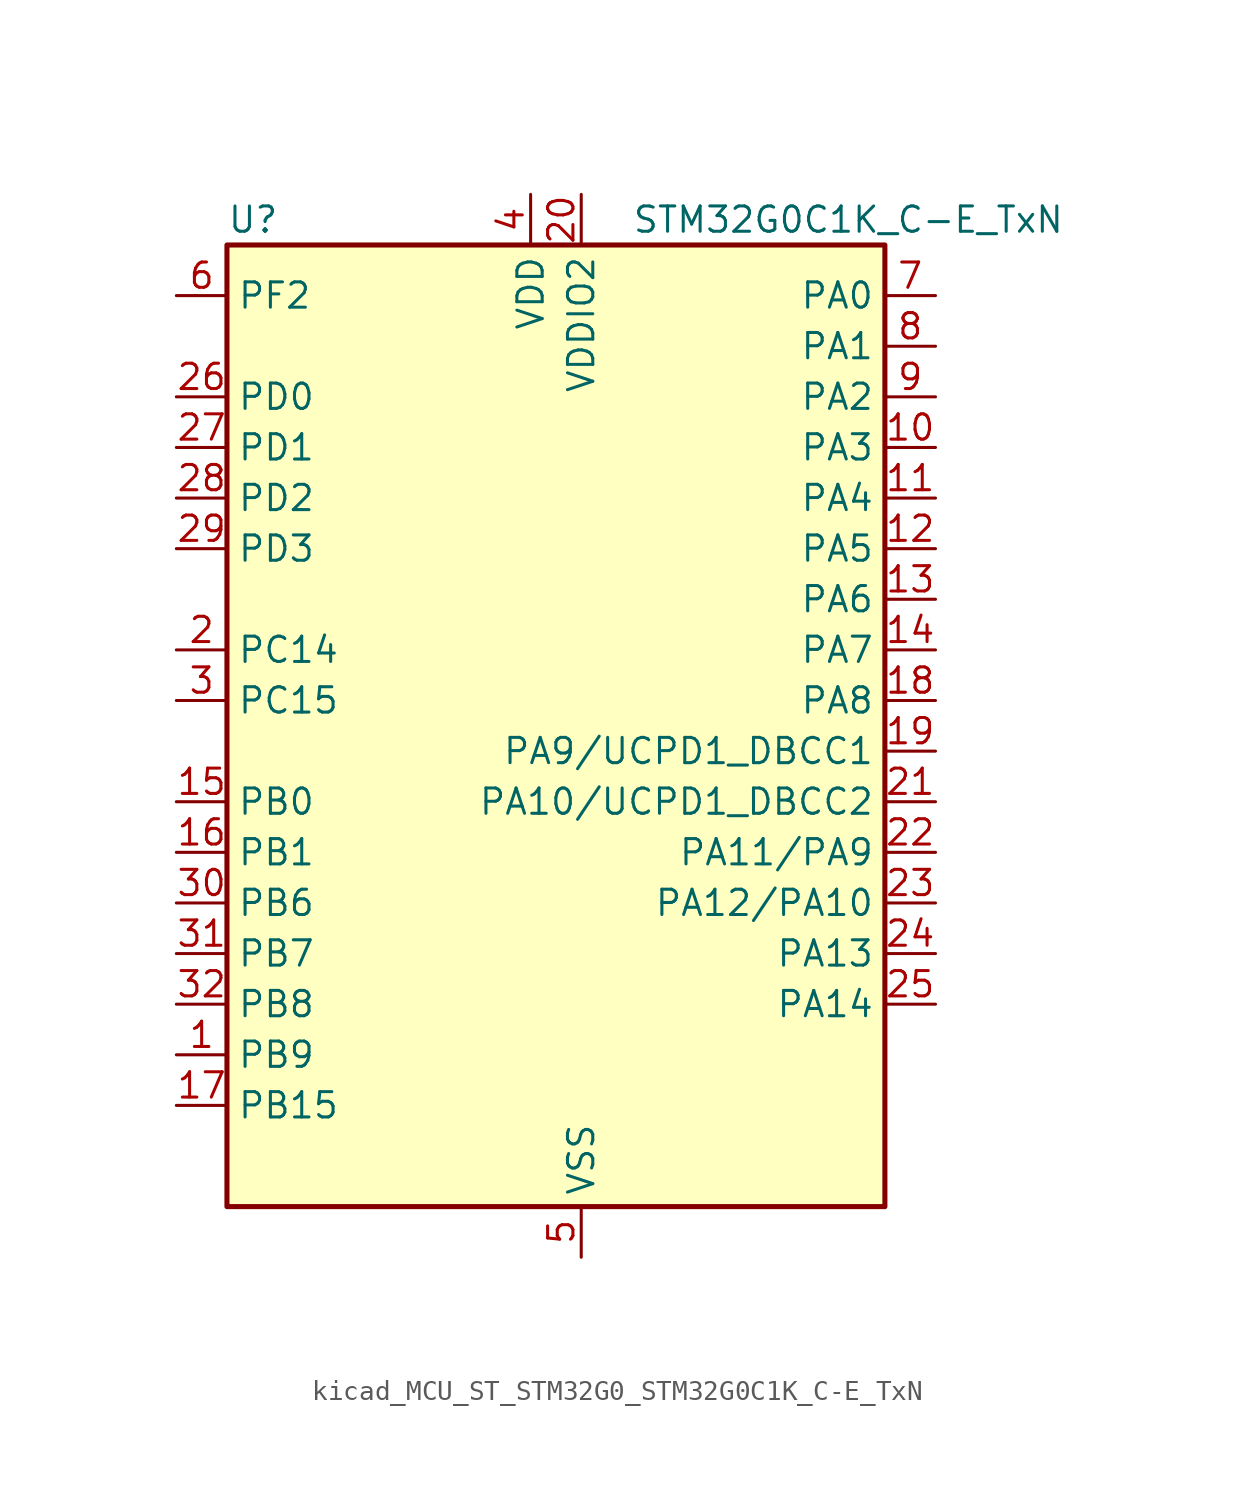
<source format=kicad_sym>
(kicad_symbol_lib
  (version 20220914)
  (generator kicad_symbol_editor)
  (symbol "kicad_MCU_ST_STM32G0_STM32G0C1K_C-E_TxN"
    (property "Reference" "U"
      (at -15.24 26.67 0)
      (effects (font (size 1.27 1.27)) (justify left)))
    (property "Value" "STM32G0C1K_C-E_TxN"
      (at 5.08 26.67 0)
      (effects (font (size 1.27 1.27)) (justify left)))
    (property "ki_locked" ""
      (at 0 0 0)
      (effects (font (size 1.27 1.27))))
    (symbol "kicad_MCU_ST_STM32G0_STM32G0C1K_C-E_TxN_0_1"
      (rectangle (start -15.24 -22.86) (end 17.78 25.4) (stroke (width 0.254) (type default)) (fill (type background))))
    (symbol "kicad_MCU_ST_STM32G0_STM32G0C1K_C-E_TxN_1_1"
      (pin bidirectional line (at -17.78 -15.24 0) (length 2.54) (name "PB9" (effects (font (size 1.27 1.27)))) (number "1" (effects (font (size 1.27 1.27)))) (alternate "DAC1_EXTI9" bidirectional line) (alternate "FDCAN1_TX" bidirectional line) (alternate "I2C1_SDA" bidirectional line) (alternate "I2S2_WS" bidirectional line) (alternate "IR_OUT" bidirectional line) (alternate "SPI2_NSS" bidirectional line) (alternate "TIM17_CH1" bidirectional line) (alternate "TIM4_CH4" bidirectional line) (alternate "UCPD2_FRSTX1" bidirectional line) (alternate "UCPD2_FRSTX2" bidirectional line) (alternate "USART3_RX" bidirectional line) (alternate "USART6_RX" bidirectional line))
      (pin bidirectional line (at 20.32 15.24 180) (length 2.54) (name "PA3" (effects (font (size 1.27 1.27)))) (number "10" (effects (font (size 1.27 1.27)))) (alternate "ADC1_IN3" bidirectional line) (alternate "COMP2_INP" bidirectional line) (alternate "I2S2_MCK" bidirectional line) (alternate "LPUART1_RX" bidirectional line) (alternate "SPI2_MISO" bidirectional line) (alternate "TIM15_CH2" bidirectional line) (alternate "TIM2_CH4" bidirectional line) (alternate "UCPD2_FRSTX1" bidirectional line) (alternate "UCPD2_FRSTX2" bidirectional line) (alternate "USART2_RX" bidirectional line))
      (pin bidirectional line (at 20.32 12.7 180) (length 2.54) (name "PA4" (effects (font (size 1.27 1.27)))) (number "11" (effects (font (size 1.27 1.27)))) (alternate "ADC1_IN4" bidirectional line) (alternate "DAC1_OUT1" bidirectional line) (alternate "I2S1_WS" bidirectional line) (alternate "I2S2_SD" bidirectional line) (alternate "LPTIM2_OUT" bidirectional line) (alternate "RTC_OUT1" bidirectional line) (alternate "RTC_TAMP_IN1" bidirectional line) (alternate "RTC_TS" bidirectional line) (alternate "SPI1_NSS" bidirectional line) (alternate "SPI2_MOSI" bidirectional line) (alternate "SYS_WKUP2" bidirectional line) (alternate "TIM14_CH1" bidirectional line) (alternate "UCPD2_FRSTX1" bidirectional line) (alternate "UCPD2_FRSTX2" bidirectional line) (alternate "USART6_TX" bidirectional line) (alternate "USB_NOE" bidirectional line))
      (pin bidirectional line (at 20.32 10.16 180) (length 2.54) (name "PA5" (effects (font (size 1.27 1.27)))) (number "12" (effects (font (size 1.27 1.27)))) (alternate "ADC1_IN5" bidirectional line) (alternate "CEC" bidirectional line) (alternate "DAC1_OUT2" bidirectional line) (alternate "I2S1_CK" bidirectional line) (alternate "LPTIM2_ETR" bidirectional line) (alternate "SPI1_SCK" bidirectional line) (alternate "TIM2_CH1" bidirectional line) (alternate "TIM2_ETR" bidirectional line) (alternate "UCPD1_FRSTX1" bidirectional line) (alternate "UCPD1_FRSTX2" bidirectional line) (alternate "USART3_TX" bidirectional line) (alternate "USART6_RX" bidirectional line))
      (pin bidirectional line (at 20.32 7.62 180) (length 2.54) (name "PA6" (effects (font (size 1.27 1.27)))) (number "13" (effects (font (size 1.27 1.27)))) (alternate "ADC1_IN6" bidirectional line) (alternate "COMP1_OUT" bidirectional line) (alternate "I2C2_SDA" bidirectional line) (alternate "I2C3_SDA" bidirectional line) (alternate "I2S1_MCK" bidirectional line) (alternate "LPUART1_CTS" bidirectional line) (alternate "SPI1_MISO" bidirectional line) (alternate "TIM16_CH1" bidirectional line) (alternate "TIM1_BK" bidirectional line) (alternate "TIM3_CH1" bidirectional line) (alternate "USART3_CTS" bidirectional line) (alternate "USART3_NSS" bidirectional line) (alternate "USART6_CTS" bidirectional line) (alternate "USART6_NSS" bidirectional line))
      (pin bidirectional line (at 20.32 5.08 180) (length 2.54) (name "PA7" (effects (font (size 1.27 1.27)))) (number "14" (effects (font (size 1.27 1.27)))) (alternate "ADC1_IN7" bidirectional line) (alternate "COMP2_OUT" bidirectional line) (alternate "I2C2_SCL" bidirectional line) (alternate "I2C3_SCL" bidirectional line) (alternate "I2S1_SD" bidirectional line) (alternate "SPI1_MOSI" bidirectional line) (alternate "TIM14_CH1" bidirectional line) (alternate "TIM17_CH1" bidirectional line) (alternate "TIM1_CH1N" bidirectional line) (alternate "TIM3_CH2" bidirectional line) (alternate "UCPD1_FRSTX1" bidirectional line) (alternate "UCPD1_FRSTX2" bidirectional line) (alternate "USART6_CK" bidirectional line) (alternate "USART6_DE" bidirectional line) (alternate "USART6_RTS" bidirectional line))
      (pin bidirectional line (at -17.78 -2.54 0) (length 2.54) (name "PB0" (effects (font (size 1.27 1.27)))) (number "15" (effects (font (size 1.27 1.27)))) (alternate "ADC1_IN8" bidirectional line) (alternate "COMP1_OUT" bidirectional line) (alternate "COMP3_INP" bidirectional line) (alternate "FDCAN2_RX" bidirectional line) (alternate "I2S1_WS" bidirectional line) (alternate "LPTIM1_OUT" bidirectional line) (alternate "LPUART2_CTS" bidirectional line) (alternate "SPI1_NSS" bidirectional line) (alternate "TIM1_CH2N" bidirectional line) (alternate "TIM3_CH3" bidirectional line) (alternate "UCPD1_FRSTX1" bidirectional line) (alternate "UCPD1_FRSTX2" bidirectional line) (alternate "USART3_RX" bidirectional line) (alternate "USART5_TX" bidirectional line))
      (pin bidirectional line (at -17.78 -5.08 0) (length 2.54) (name "PB1" (effects (font (size 1.27 1.27)))) (number "16" (effects (font (size 1.27 1.27)))) (alternate "ADC1_IN9" bidirectional line) (alternate "COMP1_INM" bidirectional line) (alternate "COMP3_OUT" bidirectional line) (alternate "FDCAN2_TX" bidirectional line) (alternate "LPTIM2_IN1" bidirectional line) (alternate "LPUART1_DE" bidirectional line) (alternate "LPUART1_RTS" bidirectional line) (alternate "LPUART2_DE" bidirectional line) (alternate "LPUART2_RTS" bidirectional line) (alternate "TIM14_CH1" bidirectional line) (alternate "TIM1_CH3N" bidirectional line) (alternate "TIM3_CH4" bidirectional line) (alternate "USART3_CK" bidirectional line) (alternate "USART3_DE" bidirectional line) (alternate "USART3_RTS" bidirectional line) (alternate "USART5_RX" bidirectional line))
      (pin bidirectional line (at -17.78 -17.78 0) (length 2.54) (name "PB15" (effects (font (size 1.27 1.27)))) (number "17" (effects (font (size 1.27 1.27)))) (alternate "I2S2_SD" bidirectional line) (alternate "RTC_REFIN" bidirectional line) (alternate "SPI2_MOSI" bidirectional line) (alternate "TIM15_CH1N" bidirectional line) (alternate "TIM15_CH2" bidirectional line) (alternate "TIM1_CH3N" bidirectional line) (alternate "UCPD1_CC2" bidirectional line) (alternate "USART6_CTS" bidirectional line) (alternate "USART6_NSS" bidirectional line))
      (pin bidirectional line (at 20.32 2.54 180) (length 2.54) (name "PA8" (effects (font (size 1.27 1.27)))) (number "18" (effects (font (size 1.27 1.27)))) (alternate "CRS1_SYNC" bidirectional line) (alternate "I2C2_SMBA" bidirectional line) (alternate "I2S2_WS" bidirectional line) (alternate "LPTIM2_OUT" bidirectional line) (alternate "RCC_MCO" bidirectional line) (alternate "SPI2_NSS" bidirectional line) (alternate "TIM1_CH1" bidirectional line) (alternate "UCPD1_CC1" bidirectional line))
      (pin bidirectional line (at 20.32 0 180) (length 2.54) (name "PA9/UCPD1_DBCC1" (effects (font (size 1.27 1.27)))) (number "19" (effects (font (size 1.27 1.27)))) (alternate "DAC1_EXTI9" bidirectional line) (alternate "I2C1_SCL" bidirectional line) (alternate "I2C2_SCL" bidirectional line) (alternate "I2S2_MCK" bidirectional line) (alternate "RCC_MCO" bidirectional line) (alternate "SPI2_MISO" bidirectional line) (alternate "TIM15_BK" bidirectional line) (alternate "TIM1_CH2" bidirectional line) (alternate "UCPD1_DBCC1" bidirectional line) (alternate "USART1_TX" bidirectional line))
      (pin bidirectional line (at -17.78 5.08 0) (length 2.54) (name "PC14" (effects (font (size 1.27 1.27)))) (number "2" (effects (font (size 1.27 1.27)))) (alternate "RCC_OSC32_IN" bidirectional line) (alternate "RCC_OSC_IN" bidirectional line) (alternate "TIM1_BK2" bidirectional line))
      (pin power_in line (at 2.54 27.94 270) (length 2.54) (name "VDDIO2" (effects (font (size 1.27 1.27)))) (number "20" (effects (font (size 1.27 1.27)))))
      (pin bidirectional line (at 20.32 -2.54 180) (length 2.54) (name "PA10/UCPD1_DBCC2" (effects (font (size 1.27 1.27)))) (number "21" (effects (font (size 1.27 1.27)))) (alternate "I2C1_SDA" bidirectional line) (alternate "I2C2_SDA" bidirectional line) (alternate "I2S2_SD" bidirectional line) (alternate "RCC_MCO_2" bidirectional line) (alternate "SPI2_MOSI" bidirectional line) (alternate "TIM17_BK" bidirectional line) (alternate "TIM1_CH3" bidirectional line) (alternate "UCPD1_DBCC2" bidirectional line) (alternate "USART1_RX" bidirectional line))
      (pin bidirectional line (at 20.32 -5.08 180) (length 2.54) (name "PA11/PA9" (effects (font (size 1.27 1.27)))) (number "22" (effects (font (size 1.27 1.27)))) (alternate "ADC1_EXTI11" bidirectional line) (alternate "COMP1_OUT" bidirectional line) (alternate "FDCAN1_RX" bidirectional line) (alternate "I2C2_SCL" bidirectional line) (alternate "I2S1_MCK" bidirectional line) (alternate "SPI1_MISO" bidirectional line) (alternate "TIM1_BK2" bidirectional line) (alternate "TIM1_CH4" bidirectional line) (alternate "USART1_CTS" bidirectional line) (alternate "USART1_NSS" bidirectional line) (alternate "USB_DM" bidirectional line))
      (pin bidirectional line (at 20.32 -7.62 180) (length 2.54) (name "PA12/PA10" (effects (font (size 1.27 1.27)))) (number "23" (effects (font (size 1.27 1.27)))) (alternate "COMP2_OUT" bidirectional line) (alternate "FDCAN1_TX" bidirectional line) (alternate "I2C2_SDA" bidirectional line) (alternate "I2S1_SD" bidirectional line) (alternate "I2S_CKIN" bidirectional line) (alternate "SPI1_MOSI" bidirectional line) (alternate "TIM1_ETR" bidirectional line) (alternate "USART1_CK" bidirectional line) (alternate "USART1_DE" bidirectional line) (alternate "USART1_RTS" bidirectional line) (alternate "USB_DP" bidirectional line))
      (pin bidirectional line (at 20.32 -10.16 180) (length 2.54) (name "PA13" (effects (font (size 1.27 1.27)))) (number "24" (effects (font (size 1.27 1.27)))) (alternate "IR_OUT" bidirectional line) (alternate "LPUART2_RX" bidirectional line) (alternate "SYS_SWDIO" bidirectional line) (alternate "USB_NOE" bidirectional line))
      (pin bidirectional line (at 20.32 -12.7 180) (length 2.54) (name "PA14" (effects (font (size 1.27 1.27)))) (number "25" (effects (font (size 1.27 1.27)))) (alternate "LPUART2_TX" bidirectional line) (alternate "SYS_SWCLK" bidirectional line) (alternate "USART2_TX" bidirectional line))
      (pin bidirectional line (at -17.78 17.78 0) (length 2.54) (name "PD0" (effects (font (size 1.27 1.27)))) (number "26" (effects (font (size 1.27 1.27)))) (alternate "FDCAN1_RX" bidirectional line) (alternate "I2S2_WS" bidirectional line) (alternate "SPI2_NSS" bidirectional line) (alternate "TIM16_CH1" bidirectional line) (alternate "UCPD2_CC1" bidirectional line))
      (pin bidirectional line (at -17.78 15.24 0) (length 2.54) (name "PD1" (effects (font (size 1.27 1.27)))) (number "27" (effects (font (size 1.27 1.27)))) (alternate "FDCAN1_TX" bidirectional line) (alternate "I2S2_CK" bidirectional line) (alternate "SPI2_SCK" bidirectional line) (alternate "TIM17_CH1" bidirectional line) (alternate "UCPD2_DBCC1" bidirectional line))
      (pin bidirectional line (at -17.78 12.7 0) (length 2.54) (name "PD2" (effects (font (size 1.27 1.27)))) (number "28" (effects (font (size 1.27 1.27)))) (alternate "TIM1_CH1N" bidirectional line) (alternate "TIM3_ETR" bidirectional line) (alternate "UCPD2_CC2" bidirectional line) (alternate "USART3_CK" bidirectional line) (alternate "USART3_DE" bidirectional line) (alternate "USART3_RTS" bidirectional line) (alternate "USART5_RX" bidirectional line))
      (pin bidirectional line (at -17.78 10.16 0) (length 2.54) (name "PD3" (effects (font (size 1.27 1.27)))) (number "29" (effects (font (size 1.27 1.27)))) (alternate "I2S2_MCK" bidirectional line) (alternate "SPI2_MISO" bidirectional line) (alternate "TIM1_CH2N" bidirectional line) (alternate "UCPD2_DBCC2" bidirectional line) (alternate "USART2_CTS" bidirectional line) (alternate "USART2_NSS" bidirectional line) (alternate "USART5_TX" bidirectional line))
      (pin bidirectional line (at -17.78 2.54 0) (length 2.54) (name "PC15" (effects (font (size 1.27 1.27)))) (number "3" (effects (font (size 1.27 1.27)))) (alternate "RCC_OSC32_EN" bidirectional line) (alternate "RCC_OSC32_OUT" bidirectional line) (alternate "RCC_OSC_EN" bidirectional line) (alternate "TIM15_BK" bidirectional line))
      (pin bidirectional line (at -17.78 -7.62 0) (length 2.54) (name "PB6" (effects (font (size 1.27 1.27)))) (number "30" (effects (font (size 1.27 1.27)))) (alternate "COMP2_INP" bidirectional line) (alternate "FDCAN2_TX" bidirectional line) (alternate "I2C1_SCL" bidirectional line) (alternate "I2S2_MCK" bidirectional line) (alternate "LPTIM1_ETR" bidirectional line) (alternate "LPUART2_TX" bidirectional line) (alternate "SPI2_MISO" bidirectional line) (alternate "TIM16_CH1N" bidirectional line) (alternate "TIM1_CH3" bidirectional line) (alternate "TIM4_CH1" bidirectional line) (alternate "USART1_TX" bidirectional line) (alternate "USART5_CTS" bidirectional line) (alternate "USART5_NSS" bidirectional line))
      (pin bidirectional line (at -17.78 -10.16 0) (length 2.54) (name "PB7" (effects (font (size 1.27 1.27)))) (number "31" (effects (font (size 1.27 1.27)))) (alternate "COMP2_INM" bidirectional line) (alternate "I2C1_SDA" bidirectional line) (alternate "I2S2_SD" bidirectional line) (alternate "LPTIM1_IN2" bidirectional line) (alternate "LPUART2_RX" bidirectional line) (alternate "SPI2_MOSI" bidirectional line) (alternate "SYS_PVD_IN" bidirectional line) (alternate "TIM17_CH1N" bidirectional line) (alternate "TIM4_CH2" bidirectional line) (alternate "USART1_RX" bidirectional line) (alternate "USART4_CTS" bidirectional line) (alternate "USART4_NSS" bidirectional line))
      (pin bidirectional line (at -17.78 -12.7 0) (length 2.54) (name "PB8" (effects (font (size 1.27 1.27)))) (number "32" (effects (font (size 1.27 1.27)))) (alternate "CEC" bidirectional line) (alternate "FDCAN1_RX" bidirectional line) (alternate "I2C1_SCL" bidirectional line) (alternate "I2S2_CK" bidirectional line) (alternate "SPI2_SCK" bidirectional line) (alternate "TIM15_BK" bidirectional line) (alternate "TIM16_CH1" bidirectional line) (alternate "TIM4_CH3" bidirectional line) (alternate "USART3_TX" bidirectional line) (alternate "USART6_TX" bidirectional line))
      (pin power_in line (at 0 27.94 270) (length 2.54) (name "VDD" (effects (font (size 1.27 1.27)))) (number "4" (effects (font (size 1.27 1.27)))))
      (pin power_in line (at 2.54 -25.4 90) (length 2.54) (name "VSS" (effects (font (size 1.27 1.27)))) (number "5" (effects (font (size 1.27 1.27)))))
      (pin bidirectional line (at -17.78 22.86 0) (length 2.54) (name "PF2" (effects (font (size 1.27 1.27)))) (number "6" (effects (font (size 1.27 1.27)))) (alternate "LPUART2_DE" bidirectional line) (alternate "LPUART2_RTS" bidirectional line) (alternate "LPUART2_TX" bidirectional line) (alternate "RCC_MCO" bidirectional line))
      (pin bidirectional line (at 20.32 22.86 180) (length 2.54) (name "PA0" (effects (font (size 1.27 1.27)))) (number "7" (effects (font (size 1.27 1.27)))) (alternate "ADC1_IN0" bidirectional line) (alternate "COMP1_INM" bidirectional line) (alternate "COMP1_OUT" bidirectional line) (alternate "I2S2_CK" bidirectional line) (alternate "LPTIM1_OUT" bidirectional line) (alternate "RTC_TAMP_IN2" bidirectional line) (alternate "SPI2_SCK" bidirectional line) (alternate "SYS_WKUP1" bidirectional line) (alternate "TIM2_CH1" bidirectional line) (alternate "TIM2_ETR" bidirectional line) (alternate "UCPD2_FRSTX1" bidirectional line) (alternate "UCPD2_FRSTX2" bidirectional line) (alternate "USART2_CTS" bidirectional line) (alternate "USART2_NSS" bidirectional line) (alternate "USART4_TX" bidirectional line))
      (pin bidirectional line (at 20.32 20.32 180) (length 2.54) (name "PA1" (effects (font (size 1.27 1.27)))) (number "8" (effects (font (size 1.27 1.27)))) (alternate "ADC1_IN1" bidirectional line) (alternate "COMP1_INP" bidirectional line) (alternate "I2C1_SMBA" bidirectional line) (alternate "I2S1_CK" bidirectional line) (alternate "SPI1_SCK" bidirectional line) (alternate "TIM15_CH1N" bidirectional line) (alternate "TIM2_CH2" bidirectional line) (alternate "USART2_CK" bidirectional line) (alternate "USART2_DE" bidirectional line) (alternate "USART2_RTS" bidirectional line) (alternate "USART4_RX" bidirectional line))
      (pin bidirectional line (at 20.32 17.78 180) (length 2.54) (name "PA2" (effects (font (size 1.27 1.27)))) (number "9" (effects (font (size 1.27 1.27)))) (alternate "ADC1_IN2" bidirectional line) (alternate "COMP2_INM" bidirectional line) (alternate "COMP2_OUT" bidirectional line) (alternate "I2S1_SD" bidirectional line) (alternate "LPUART1_TX" bidirectional line) (alternate "RCC_LSCO" bidirectional line) (alternate "SPI1_MOSI" bidirectional line) (alternate "SYS_WKUP4" bidirectional line) (alternate "TIM15_CH1" bidirectional line) (alternate "TIM2_CH3" bidirectional line) (alternate "UCPD1_FRSTX1" bidirectional line) (alternate "UCPD1_FRSTX2" bidirectional line) (alternate "USART2_TX" bidirectional line)))))
</source>
